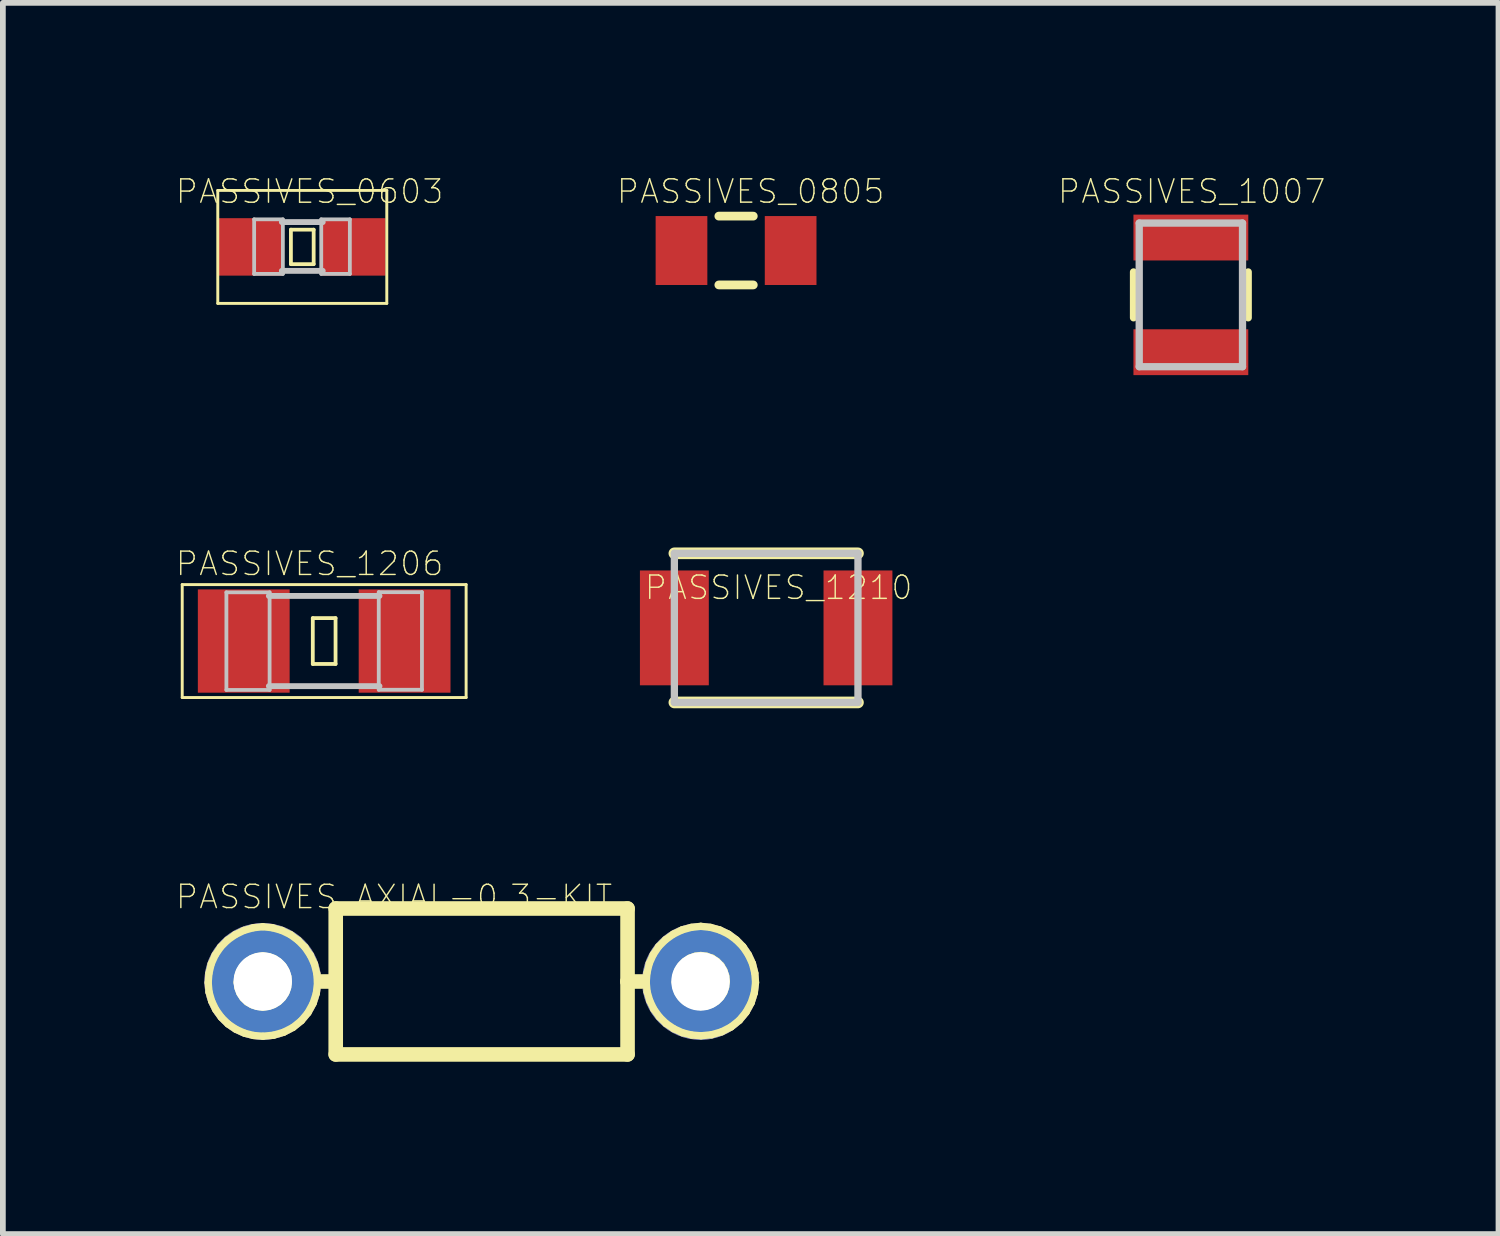
<source format=kicad_pcb>
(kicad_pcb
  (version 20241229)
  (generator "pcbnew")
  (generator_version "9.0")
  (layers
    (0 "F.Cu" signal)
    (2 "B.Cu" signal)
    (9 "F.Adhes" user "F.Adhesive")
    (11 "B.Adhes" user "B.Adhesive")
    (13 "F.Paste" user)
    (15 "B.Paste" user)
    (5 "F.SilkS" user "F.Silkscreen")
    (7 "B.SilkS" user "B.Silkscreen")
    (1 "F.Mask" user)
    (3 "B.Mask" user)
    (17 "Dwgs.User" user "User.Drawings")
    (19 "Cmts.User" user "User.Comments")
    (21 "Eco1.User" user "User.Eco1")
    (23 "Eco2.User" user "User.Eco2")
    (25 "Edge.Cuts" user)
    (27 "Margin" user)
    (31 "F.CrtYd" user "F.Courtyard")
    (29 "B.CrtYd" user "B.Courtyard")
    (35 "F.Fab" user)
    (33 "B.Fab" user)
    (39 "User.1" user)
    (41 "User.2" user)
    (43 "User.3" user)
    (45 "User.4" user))
  (footprint "PASSIVES_0603"
    (layer "F.Cu")
    (at 2.212 1.248)
    (property "Reference" "PASSIVES_0603" (at 0.127 -0.965 0) (layer "F.SilkS") (effects (font (size 0.406 0.406) (thickness 0.025))))
    (attr smd)
    (fp_line (start -1.471 -0.983) (end 1.471 -0.983) (stroke (width 0.051) (type solid)) (layer "F.SilkS"))
    (fp_line (start -1.471 0.983) (end -1.471 -0.983) (stroke (width 0.051) (type solid)) (layer "F.SilkS"))
    (fp_line (start -0.198 -0.3) (end 0.198 -0.3) (stroke (width 0.066) (type solid)) (layer "F.SilkS"))
    (fp_line (start -0.198 0.3) (end -0.198 -0.3) (stroke (width 0.066) (type solid)) (layer "F.SilkS"))
    (fp_line (start -0.198 0.3) (end 0.198 0.3) (stroke (width 0.066) (type solid)) (layer "F.SilkS"))
    (fp_line (start 0.198 0.3) (end 0.198 -0.3) (stroke (width 0.066) (type solid)) (layer "F.SilkS"))
    (fp_line (start 1.471 -0.983) (end 1.471 0.983) (stroke (width 0.051) (type solid)) (layer "F.SilkS"))
    (fp_line (start 1.471 0.983) (end -1.471 0.983) (stroke (width 0.051) (type solid)) (layer "F.SilkS"))
    (fp_line (start -0.838 -0.48) (end -0.338 -0.48) (stroke (width 0.066) (type solid)) (layer "Dwgs.User"))
    (fp_line (start -0.838 0.47) (end -0.838 -0.48) (stroke (width 0.066) (type solid)) (layer "Dwgs.User"))
    (fp_line (start -0.838 0.47) (end -0.338 0.47) (stroke (width 0.066) (type solid)) (layer "Dwgs.User"))
    (fp_line (start -0.356 -0.432) (end 0.356 -0.432) (stroke (width 0.102) (type solid)) (layer "Dwgs.User"))
    (fp_line (start -0.356 0.417) (end 0.356 0.417) (stroke (width 0.102) (type solid)) (layer "Dwgs.User"))
    (fp_line (start -0.338 0.47) (end -0.338 -0.48) (stroke (width 0.066) (type solid)) (layer "Dwgs.User"))
    (fp_line (start 0.33 -0.48) (end 0.828 -0.48) (stroke (width 0.066) (type solid)) (layer "Dwgs.User"))
    (fp_line (start 0.33 0.47) (end 0.33 -0.48) (stroke (width 0.066) (type solid)) (layer "Dwgs.User"))
    (fp_line (start 0.33 0.47) (end 0.828 0.47) (stroke (width 0.066) (type solid)) (layer "Dwgs.User"))
    (fp_line (start 0.828 0.47) (end 0.828 -0.48) (stroke (width 0.066) (type solid)) (layer "Dwgs.User"))
    (pad "1" smd rect (at -0.9 0) (size 1.1 1) (layers "F.Cu" "F.Mask" "F.Paste"))
    (pad "2" smd rect (at 0.9 0) (size 1.1 1) (layers "F.Cu" "F.Mask" "F.Paste")))
  (footprint "PASSIVES_1007"
    (layer "F.Cu")
    (at 17.68 2.083)
    (property "Reference" "PASSIVES_1007" (at 0.015 -1.801 0) (layer "F.SilkS") (effects (font (size 0.406 0.406) (thickness 0.025))))
    (attr smd)
    (fp_line (start -0.998 0.399) (end -0.998 -0.399) (stroke (width 0.127) (type solid)) (layer "F.SilkS"))
    (fp_line (start 0.998 0.399) (end 0.998 -0.399) (stroke (width 0.127) (type solid)) (layer "F.SilkS"))
    (fp_line (start -0.899 -1.25) (end -0.899 1.25) (stroke (width 0.127) (type solid)) (layer "Dwgs.User"))
    (fp_line (start -0.899 1.25) (end 0.899 1.25) (stroke (width 0.127) (type solid)) (layer "Dwgs.User"))
    (fp_line (start 0.899 -1.25) (end -0.899 -1.25) (stroke (width 0.127) (type solid)) (layer "Dwgs.User"))
    (fp_line (start 0.899 1.25) (end 0.899 -1.25) (stroke (width 0.127) (type solid)) (layer "Dwgs.User"))
    (pad "1" smd rect (at 0 -0.998) (size 1.999 0.798) (layers "F.Cu" "F.Mask" "F.Paste"))
    (pad "2" smd rect (at 0 0.998) (size 1.999 0.798) (layers "F.Cu" "F.Mask" "F.Paste")))
  (footprint "PASSIVES_0805"
    (layer "F.Cu")
    (at 9.763 1.311)
    (property "Reference" "PASSIVES_0805" (at 0.254 -1.029 0) (layer "F.SilkS") (effects (font (size 0.406 0.406) (thickness 0.025))))
    (attr smd)
    (fp_line (start -0.3 -0.599) (end 0.3 -0.599) (stroke (width 0.152) (type solid)) (layer "F.SilkS"))
    (fp_line (start -0.3 0.599) (end 0.3 0.599) (stroke (width 0.152) (type solid)) (layer "F.SilkS"))
    (pad "1" smd rect (at -0.95 0) (size 0.9 1.2) (layers "F.Cu" "F.Mask" "F.Paste"))
    (pad "2" smd rect (at 0.95 0) (size 0.9 1.2) (layers "F.Cu" "F.Mask" "F.Paste")))
  (footprint "PASSIVES_1210"
    (layer "F.Cu")
    (at 10.287 7.88)
    (property "Reference" "PASSIVES_1210" (at 0.216 -0.701 0) (layer "F.SilkS") (effects (font (size 0.406 0.406) (thickness 0.025))))
    (attr smd)
    (fp_line (start -1.598 -1.298) (end 1.598 -1.298) (stroke (width 0.203) (type solid)) (layer "F.SilkS"))
    (fp_line (start -1.598 1.298) (end 1.598 1.298) (stroke (width 0.203) (type solid)) (layer "F.SilkS"))
    (fp_line (start -1.598 -1.298) (end 1.598 -1.298) (stroke (width 0.127) (type solid)) (layer "Dwgs.User"))
    (fp_line (start -1.598 1.298) (end -1.598 -1.298) (stroke (width 0.127) (type solid)) (layer "Dwgs.User"))
    (fp_line (start 1.598 -1.298) (end 1.598 1.298) (stroke (width 0.127) (type solid)) (layer "Dwgs.User"))
    (fp_line (start 1.598 1.298) (end -1.598 1.298) (stroke (width 0.127) (type solid)) (layer "Dwgs.User"))
    (pad "1" smd rect (at -1.598 0) (size 1.199 1.999) (layers "F.Cu" "F.Mask" "F.Paste"))
    (pad "2" smd rect (at 1.598 0) (size 1.199 1.999) (layers "F.Cu" "F.Mask" "F.Paste")))
  (footprint "PASSIVES_AXIAL-0.3-KIT"
    (layer "F.Cu")
    (at 5.334 14.035)
    (property "Reference" "PASSIVES_AXIAL-0.3-KIT" (at -1.524 -1.473 0) (layer "F.SilkS") (effects (font (size 0.406 0.406) (thickness 0.025))))
    (attr exclude_from_pos_files exclude_from_bom)
    (fp_line (start -4.76 0.02) (end -4.747 -0.142) (stroke (width 0.127) (type solid)) (layer "F.SilkS"))
    (fp_line (start -4.747 -0.142) (end -4.707 -0.307) (stroke (width 0.127) (type solid)) (layer "F.SilkS"))
    (fp_line (start -4.745 0.185) (end -4.76 0.02) (stroke (width 0.127) (type solid)) (layer "F.SilkS"))
    (fp_line (start -4.707 -0.307) (end -4.638 -0.46) (stroke (width 0.127) (type solid)) (layer "F.SilkS"))
    (fp_line (start -4.699 0.343) (end -4.745 0.185) (stroke (width 0.127) (type solid)) (layer "F.SilkS"))
    (fp_line (start -4.638 -0.46) (end -4.544 -0.599) (stroke (width 0.127) (type solid)) (layer "F.SilkS"))
    (fp_line (start -4.628 0.49) (end -4.699 0.343) (stroke (width 0.127) (type solid)) (layer "F.SilkS"))
    (fp_line (start -4.544 -0.599) (end -4.425 -0.719) (stroke (width 0.127) (type solid)) (layer "F.SilkS"))
    (fp_line (start -4.531 0.625) (end -4.628 0.49) (stroke (width 0.127) (type solid)) (layer "F.SilkS"))
    (fp_line (start -4.425 -0.719) (end -4.29 -0.815) (stroke (width 0.127) (type solid)) (layer "F.SilkS"))
    (fp_line (start -4.415 0.739) (end -4.531 0.625) (stroke (width 0.127) (type solid)) (layer "F.SilkS"))
    (fp_line (start -4.29 -0.815) (end -4.138 -0.889) (stroke (width 0.127) (type solid)) (layer "F.SilkS"))
    (fp_line (start -4.28 0.831) (end -4.415 0.739) (stroke (width 0.127) (type solid)) (layer "F.SilkS"))
    (fp_line (start -4.255 0.018) (end -4.244 -0.081) (stroke (width 0.127) (type solid)) (layer "F.SilkS"))
    (fp_line (start -4.244 -0.081) (end -4.214 -0.178) (stroke (width 0.127) (type solid)) (layer "F.SilkS"))
    (fp_line (start -4.239 0.114) (end -4.255 0.018) (stroke (width 0.127) (type solid)) (layer "F.SilkS"))
    (fp_line (start -4.214 -0.178) (end -4.161 -0.264) (stroke (width 0.127) (type solid)) (layer "F.SilkS"))
    (fp_line (start -4.206 0.206) (end -4.239 0.114) (stroke (width 0.127) (type solid)) (layer "F.SilkS"))
    (fp_line (start -4.161 -0.264) (end -4.089 -0.34) (stroke (width 0.127) (type solid)) (layer "F.SilkS"))
    (fp_line (start -4.153 0.287) (end -4.206 0.206) (stroke (width 0.127) (type solid)) (layer "F.SilkS"))
    (fp_line (start -4.138 -0.889) (end -3.975 -0.935) (stroke (width 0.127) (type solid)) (layer "F.SilkS"))
    (fp_line (start -4.13 0.899) (end -4.28 0.831) (stroke (width 0.127) (type solid)) (layer "F.SilkS"))
    (fp_line (start -4.089 -0.34) (end -4.006 -0.396) (stroke (width 0.127) (type solid)) (layer "F.SilkS"))
    (fp_line (start -4.082 0.356) (end -4.153 0.287) (stroke (width 0.127) (type solid)) (layer "F.SilkS"))
    (fp_line (start -4.006 -0.396) (end -3.909 -0.432) (stroke (width 0.127) (type solid)) (layer "F.SilkS"))
    (fp_line (start -3.998 0.404) (end -4.082 0.356) (stroke (width 0.127) (type solid)) (layer "F.SilkS"))
    (fp_line (start -3.975 -0.935) (end -3.81 -0.953) (stroke (width 0.127) (type solid)) (layer "F.SilkS"))
    (fp_line (start -3.97 0.94) (end -4.13 0.899) (stroke (width 0.127) (type solid)) (layer "F.SilkS"))
    (fp_line (start -3.909 -0.432) (end -3.81 -0.445) (stroke (width 0.127) (type solid)) (layer "F.SilkS"))
    (fp_line (start -3.907 0.434) (end -3.998 0.404) (stroke (width 0.127) (type solid)) (layer "F.SilkS"))
    (fp_line (start -3.81 -0.953) (end -3.642 -0.935) (stroke (width 0.127) (type solid)) (layer "F.SilkS"))
    (fp_line (start -3.81 -0.445) (end -3.708 -0.432) (stroke (width 0.127) (type solid)) (layer "F.SilkS"))
    (fp_line (start -3.81 0.445) (end -3.907 0.434) (stroke (width 0.127) (type solid)) (layer "F.SilkS"))
    (fp_line (start -3.807 0.953) (end -3.97 0.94) (stroke (width 0.127) (type solid)) (layer "F.SilkS"))
    (fp_line (start -3.711 0.434) (end -3.81 0.445) (stroke (width 0.127) (type solid)) (layer "F.SilkS"))
    (fp_line (start -3.708 -0.432) (end -3.614 -0.399) (stroke (width 0.127) (type solid)) (layer "F.SilkS"))
    (fp_line (start -3.642 -0.935) (end -3.48 -0.889) (stroke (width 0.127) (type solid)) (layer "F.SilkS"))
    (fp_line (start -3.622 0.935) (end -3.807 0.953) (stroke (width 0.127) (type solid)) (layer "F.SilkS"))
    (fp_line (start -3.619 0.401) (end -3.711 0.434) (stroke (width 0.127) (type solid)) (layer "F.SilkS"))
    (fp_line (start -3.614 -0.399) (end -3.531 -0.343) (stroke (width 0.127) (type solid)) (layer "F.SilkS"))
    (fp_line (start -3.536 0.351) (end -3.619 0.401) (stroke (width 0.127) (type solid)) (layer "F.SilkS"))
    (fp_line (start -3.531 -0.343) (end -3.459 -0.272) (stroke (width 0.127) (type solid)) (layer "F.SilkS"))
    (fp_line (start -3.48 -0.889) (end -3.327 -0.815) (stroke (width 0.127) (type solid)) (layer "F.SilkS"))
    (fp_line (start -3.465 0.282) (end -3.536 0.351) (stroke (width 0.127) (type solid)) (layer "F.SilkS"))
    (fp_line (start -3.459 -0.272) (end -3.409 -0.185) (stroke (width 0.127) (type solid)) (layer "F.SilkS"))
    (fp_line (start -3.447 0.884) (end -3.622 0.935) (stroke (width 0.127) (type solid)) (layer "F.SilkS"))
    (fp_line (start -3.411 0.198) (end -3.465 0.282) (stroke (width 0.127) (type solid)) (layer "F.SilkS"))
    (fp_line (start -3.409 -0.185) (end -3.376 -0.089) (stroke (width 0.127) (type solid)) (layer "F.SilkS"))
    (fp_line (start -3.378 0.107) (end -3.411 0.198) (stroke (width 0.127) (type solid)) (layer "F.SilkS"))
    (fp_line (start -3.376 -0.089) (end -3.368 0.008) (stroke (width 0.127) (type solid)) (layer "F.SilkS"))
    (fp_line (start -3.368 0.008) (end -3.378 0.107) (stroke (width 0.127) (type solid)) (layer "F.SilkS"))
    (fp_line (start -3.327 -0.815) (end -3.193 -0.716) (stroke (width 0.127) (type solid)) (layer "F.SilkS"))
    (fp_line (start -3.284 0.8) (end -3.447 0.884) (stroke (width 0.127) (type solid)) (layer "F.SilkS"))
    (fp_line (start -3.193 -0.716) (end -3.076 -0.597) (stroke (width 0.127) (type solid)) (layer "F.SilkS"))
    (fp_line (start -3.139 0.683) (end -3.284 0.8) (stroke (width 0.127) (type solid)) (layer "F.SilkS"))
    (fp_line (start -3.076 -0.597) (end -2.982 -0.457) (stroke (width 0.127) (type solid)) (layer "F.SilkS"))
    (fp_line (start -3.023 0.544) (end -3.139 0.683) (stroke (width 0.127) (type solid)) (layer "F.SilkS"))
    (fp_line (start -2.982 -0.457) (end -2.911 -0.305) (stroke (width 0.127) (type solid)) (layer "F.SilkS"))
    (fp_line (start -2.934 0.381) (end -3.023 0.544) (stroke (width 0.127) (type solid)) (layer "F.SilkS"))
    (fp_line (start -2.911 -0.305) (end -2.87 -0.14) (stroke (width 0.127) (type solid)) (layer "F.SilkS"))
    (fp_line (start -2.878 0.206) (end -2.934 0.381) (stroke (width 0.127) (type solid)) (layer "F.SilkS"))
    (fp_line (start -2.87 -0.14) (end -2.857 0.025) (stroke (width 0.127) (type solid)) (layer "F.SilkS"))
    (fp_line (start -2.857 0.025) (end -2.878 0.206) (stroke (width 0.127) (type solid)) (layer "F.SilkS"))
    (fp_line (start -2.54 -1.27) (end 2.54 -1.27) (stroke (width 0.254) (type solid)) (layer "F.SilkS"))
    (fp_line (start -2.54 0) (end -2.794 0) (stroke (width 0.254) (type solid)) (layer "F.SilkS"))
    (fp_line (start -2.54 0) (end -2.54 -1.27) (stroke (width 0.254) (type solid)) (layer "F.SilkS"))
    (fp_line (start -2.54 1.27) (end -2.54 0) (stroke (width 0.254) (type solid)) (layer "F.SilkS"))
    (fp_line (start 2.54 -1.27) (end 2.54 0) (stroke (width 0.254) (type solid)) (layer "F.SilkS"))
    (fp_line (start 2.54 0) (end 2.54 1.27) (stroke (width 0.254) (type solid)) (layer "F.SilkS"))
    (fp_line (start 2.54 0) (end 2.794 0) (stroke (width 0.254) (type solid)) (layer "F.SilkS"))
    (fp_line (start 2.54 1.27) (end -2.54 1.27) (stroke (width 0.254) (type solid)) (layer "F.SilkS"))
    (fp_line (start 2.865 0.013) (end 2.878 -0.15) (stroke (width 0.127) (type solid)) (layer "F.SilkS"))
    (fp_line (start 2.878 -0.15) (end 2.918 -0.315) (stroke (width 0.127) (type solid)) (layer "F.SilkS"))
    (fp_line (start 2.88 0.178) (end 2.865 0.013) (stroke (width 0.127) (type solid)) (layer "F.SilkS"))
    (fp_line (start 2.918 -0.315) (end 2.987 -0.467) (stroke (width 0.127) (type solid)) (layer "F.SilkS"))
    (fp_line (start 2.926 0.335) (end 2.88 0.178) (stroke (width 0.127) (type solid)) (layer "F.SilkS"))
    (fp_line (start 2.987 -0.467) (end 3.081 -0.607) (stroke (width 0.127) (type solid)) (layer "F.SilkS"))
    (fp_line (start 2.997 0.483) (end 2.926 0.335) (stroke (width 0.127) (type solid)) (layer "F.SilkS"))
    (fp_line (start 3.081 -0.607) (end 3.2 -0.726) (stroke (width 0.127) (type solid)) (layer "F.SilkS"))
    (fp_line (start 3.094 0.617) (end 2.997 0.483) (stroke (width 0.127) (type solid)) (layer "F.SilkS"))
    (fp_line (start 3.2 -0.726) (end 3.335 -0.823) (stroke (width 0.127) (type solid)) (layer "F.SilkS"))
    (fp_line (start 3.211 0.732) (end 3.094 0.617) (stroke (width 0.127) (type solid)) (layer "F.SilkS"))
    (fp_line (start 3.335 -0.823) (end 3.487 -0.897) (stroke (width 0.127) (type solid)) (layer "F.SilkS"))
    (fp_line (start 3.345 0.823) (end 3.211 0.732) (stroke (width 0.127) (type solid)) (layer "F.SilkS"))
    (fp_line (start 3.371 0.013) (end 3.381 -0.089) (stroke (width 0.127) (type solid)) (layer "F.SilkS"))
    (fp_line (start 3.381 -0.089) (end 3.411 -0.185) (stroke (width 0.127) (type solid)) (layer "F.SilkS"))
    (fp_line (start 3.386 0.107) (end 3.371 0.013) (stroke (width 0.127) (type solid)) (layer "F.SilkS"))
    (fp_line (start 3.411 -0.185) (end 3.465 -0.272) (stroke (width 0.127) (type solid)) (layer "F.SilkS"))
    (fp_line (start 3.419 0.198) (end 3.386 0.107) (stroke (width 0.127) (type solid)) (layer "F.SilkS"))
    (fp_line (start 3.465 -0.272) (end 3.536 -0.348) (stroke (width 0.127) (type solid)) (layer "F.SilkS"))
    (fp_line (start 3.472 0.279) (end 3.419 0.198) (stroke (width 0.127) (type solid)) (layer "F.SilkS"))
    (fp_line (start 3.487 -0.897) (end 3.65 -0.942) (stroke (width 0.127) (type solid)) (layer "F.SilkS"))
    (fp_line (start 3.495 0.892) (end 3.345 0.823) (stroke (width 0.127) (type solid)) (layer "F.SilkS"))
    (fp_line (start 3.536 -0.348) (end 3.619 -0.404) (stroke (width 0.127) (type solid)) (layer "F.SilkS"))
    (fp_line (start 3.543 0.348) (end 3.472 0.279) (stroke (width 0.127) (type solid)) (layer "F.SilkS"))
    (fp_line (start 3.619 -0.404) (end 3.716 -0.439) (stroke (width 0.127) (type solid)) (layer "F.SilkS"))
    (fp_line (start 3.627 0.396) (end 3.543 0.348) (stroke (width 0.127) (type solid)) (layer "F.SilkS"))
    (fp_line (start 3.65 -0.942) (end 3.815 -0.96) (stroke (width 0.127) (type solid)) (layer "F.SilkS"))
    (fp_line (start 3.655 0.932) (end 3.495 0.892) (stroke (width 0.127) (type solid)) (layer "F.SilkS"))
    (fp_line (start 3.716 -0.439) (end 3.815 -0.452) (stroke (width 0.127) (type solid)) (layer "F.SilkS"))
    (fp_line (start 3.719 0.427) (end 3.627 0.396) (stroke (width 0.127) (type solid)) (layer "F.SilkS"))
    (fp_line (start 3.815 -0.96) (end 3.983 -0.942) (stroke (width 0.127) (type solid)) (layer "F.SilkS"))
    (fp_line (start 3.815 -0.452) (end 3.917 -0.439) (stroke (width 0.127) (type solid)) (layer "F.SilkS"))
    (fp_line (start 3.815 0.437) (end 3.719 0.427) (stroke (width 0.127) (type solid)) (layer "F.SilkS"))
    (fp_line (start 3.818 0.945) (end 3.655 0.932) (stroke (width 0.127) (type solid)) (layer "F.SilkS"))
    (fp_line (start 3.914 0.427) (end 3.815 0.437) (stroke (width 0.127) (type solid)) (layer "F.SilkS"))
    (fp_line (start 3.917 -0.439) (end 4.011 -0.406) (stroke (width 0.127) (type solid)) (layer "F.SilkS"))
    (fp_line (start 3.983 -0.942) (end 4.145 -0.897) (stroke (width 0.127) (type solid)) (layer "F.SilkS"))
    (fp_line (start 4.003 0.927) (end 3.818 0.945) (stroke (width 0.127) (type solid)) (layer "F.SilkS"))
    (fp_line (start 4.006 0.394) (end 3.914 0.427) (stroke (width 0.127) (type solid)) (layer "F.SilkS"))
    (fp_line (start 4.011 -0.406) (end 4.094 -0.351) (stroke (width 0.127) (type solid)) (layer "F.SilkS"))
    (fp_line (start 4.089 0.343) (end 4.006 0.394) (stroke (width 0.127) (type solid)) (layer "F.SilkS"))
    (fp_line (start 4.094 -0.351) (end 4.166 -0.279) (stroke (width 0.127) (type solid)) (layer "F.SilkS"))
    (fp_line (start 4.145 -0.897) (end 4.298 -0.823) (stroke (width 0.127) (type solid)) (layer "F.SilkS"))
    (fp_line (start 4.161 0.274) (end 4.089 0.343) (stroke (width 0.127) (type solid)) (layer "F.SilkS"))
    (fp_line (start 4.166 -0.279) (end 4.216 -0.193) (stroke (width 0.127) (type solid)) (layer "F.SilkS"))
    (fp_line (start 4.178 0.876) (end 4.003 0.927) (stroke (width 0.127) (type solid)) (layer "F.SilkS"))
    (fp_line (start 4.214 0.191) (end 4.161 0.274) (stroke (width 0.127) (type solid)) (layer "F.SilkS"))
    (fp_line (start 4.216 -0.193) (end 4.249 -0.097) (stroke (width 0.127) (type solid)) (layer "F.SilkS"))
    (fp_line (start 4.247 0.099) (end 4.214 0.191) (stroke (width 0.127) (type solid)) (layer "F.SilkS"))
    (fp_line (start 4.249 -0.097) (end 4.257 0) (stroke (width 0.127) (type solid)) (layer "F.SilkS"))
    (fp_line (start 4.257 0) (end 4.247 0.099) (stroke (width 0.127) (type solid)) (layer "F.SilkS"))
    (fp_line (start 4.298 -0.823) (end 4.432 -0.724) (stroke (width 0.127) (type solid)) (layer "F.SilkS"))
    (fp_line (start 4.341 0.792) (end 4.178 0.876) (stroke (width 0.127) (type solid)) (layer "F.SilkS"))
    (fp_line (start 4.432 -0.724) (end 4.549 -0.605) (stroke (width 0.127) (type solid)) (layer "F.SilkS"))
    (fp_line (start 4.486 0.676) (end 4.341 0.792) (stroke (width 0.127) (type solid)) (layer "F.SilkS"))
    (fp_line (start 4.549 -0.605) (end 4.643 -0.465) (stroke (width 0.127) (type solid)) (layer "F.SilkS"))
    (fp_line (start 4.602 0.536) (end 4.486 0.676) (stroke (width 0.127) (type solid)) (layer "F.SilkS"))
    (fp_line (start 4.643 -0.465) (end 4.714 -0.312) (stroke (width 0.127) (type solid)) (layer "F.SilkS"))
    (fp_line (start 4.691 0.373) (end 4.602 0.536) (stroke (width 0.127) (type solid)) (layer "F.SilkS"))
    (fp_line (start 4.714 -0.312) (end 4.755 -0.147) (stroke (width 0.127) (type solid)) (layer "F.SilkS"))
    (fp_line (start 4.747 0.198) (end 4.691 0.373) (stroke (width 0.127) (type solid)) (layer "F.SilkS"))
    (fp_line (start 4.755 -0.147) (end 4.768 0.018) (stroke (width 0.127) (type solid)) (layer "F.SilkS"))
    (fp_line (start 4.768 0.018) (end 4.747 0.198) (stroke (width 0.127) (type solid)) (layer "F.SilkS"))
    (pad "P$1" thru_hole circle (at -3.81 0) (size 2.032 2.032) (drill 1.016) (layers "*.Cu" "*.Paste" "*.Mask"))
    (pad "P$2" thru_hole circle (at 3.81 0) (size 2.032 2.032) (drill 1.016) (layers "*.Cu" "*.Paste" "*.Mask")))
  (footprint "PASSIVES_1206"
    (layer "F.Cu")
    (at 2.593 8.109)
    (property "Reference" "PASSIVES_1206" (at -0.254 -1.346 0) (layer "F.SilkS") (effects (font (size 0.406 0.406) (thickness 0.025))))
    (attr smd)
    (fp_line (start -2.471 -0.983) (end 2.471 -0.983) (stroke (width 0.051) (type solid)) (layer "F.SilkS"))
    (fp_line (start -2.471 0.983) (end -2.471 -0.983) (stroke (width 0.051) (type solid)) (layer "F.SilkS"))
    (fp_line (start -0.198 -0.399) (end 0.198 -0.399) (stroke (width 0.066) (type solid)) (layer "F.SilkS"))
    (fp_line (start -0.198 0.399) (end -0.198 -0.399) (stroke (width 0.066) (type solid)) (layer "F.SilkS"))
    (fp_line (start -0.198 0.399) (end 0.198 0.399) (stroke (width 0.066) (type solid)) (layer "F.SilkS"))
    (fp_line (start 0.198 0.399) (end 0.198 -0.399) (stroke (width 0.066) (type solid)) (layer "F.SilkS"))
    (fp_line (start 2.471 -0.983) (end 2.471 0.983) (stroke (width 0.051) (type solid)) (layer "F.SilkS"))
    (fp_line (start 2.471 0.983) (end -2.471 0.983) (stroke (width 0.051) (type solid)) (layer "F.SilkS"))
    (fp_line (start -1.702 -0.848) (end -0.95 -0.848) (stroke (width 0.066) (type solid)) (layer "Dwgs.User"))
    (fp_line (start -1.702 0.851) (end -1.702 -0.848) (stroke (width 0.066) (type solid)) (layer "Dwgs.User"))
    (fp_line (start -1.702 0.851) (end -0.95 0.851) (stroke (width 0.066) (type solid)) (layer "Dwgs.User"))
    (fp_line (start -0.963 -0.785) (end 0.963 -0.785) (stroke (width 0.102) (type solid)) (layer "Dwgs.User"))
    (fp_line (start -0.963 0.785) (end 0.963 0.785) (stroke (width 0.102) (type solid)) (layer "Dwgs.User"))
    (fp_line (start -0.95 0.851) (end -0.95 -0.848) (stroke (width 0.066) (type solid)) (layer "Dwgs.User"))
    (fp_line (start 0.95 -0.851) (end 1.702 -0.851) (stroke (width 0.066) (type solid)) (layer "Dwgs.User"))
    (fp_line (start 0.95 0.848) (end 0.95 -0.851) (stroke (width 0.066) (type solid)) (layer "Dwgs.User"))
    (fp_line (start 0.95 0.848) (end 1.702 0.848) (stroke (width 0.066) (type solid)) (layer "Dwgs.User"))
    (fp_line (start 1.702 0.848) (end 1.702 -0.851) (stroke (width 0.066) (type solid)) (layer "Dwgs.User"))
    (pad "1" smd rect (at -1.4 0) (size 1.598 1.798) (layers "F.Cu" "F.Mask" "F.Paste"))
    (pad "2" smd rect (at 1.4 0) (size 1.598 1.798) (layers "F.Cu" "F.Mask" "F.Paste")))
  (gr_rect
    (start -3 -3)
    (end 23.035 18.432)
    (stroke (width 0.1) (type default))
    (fill no)
    (layer "Edge.Cuts")))
</source>
